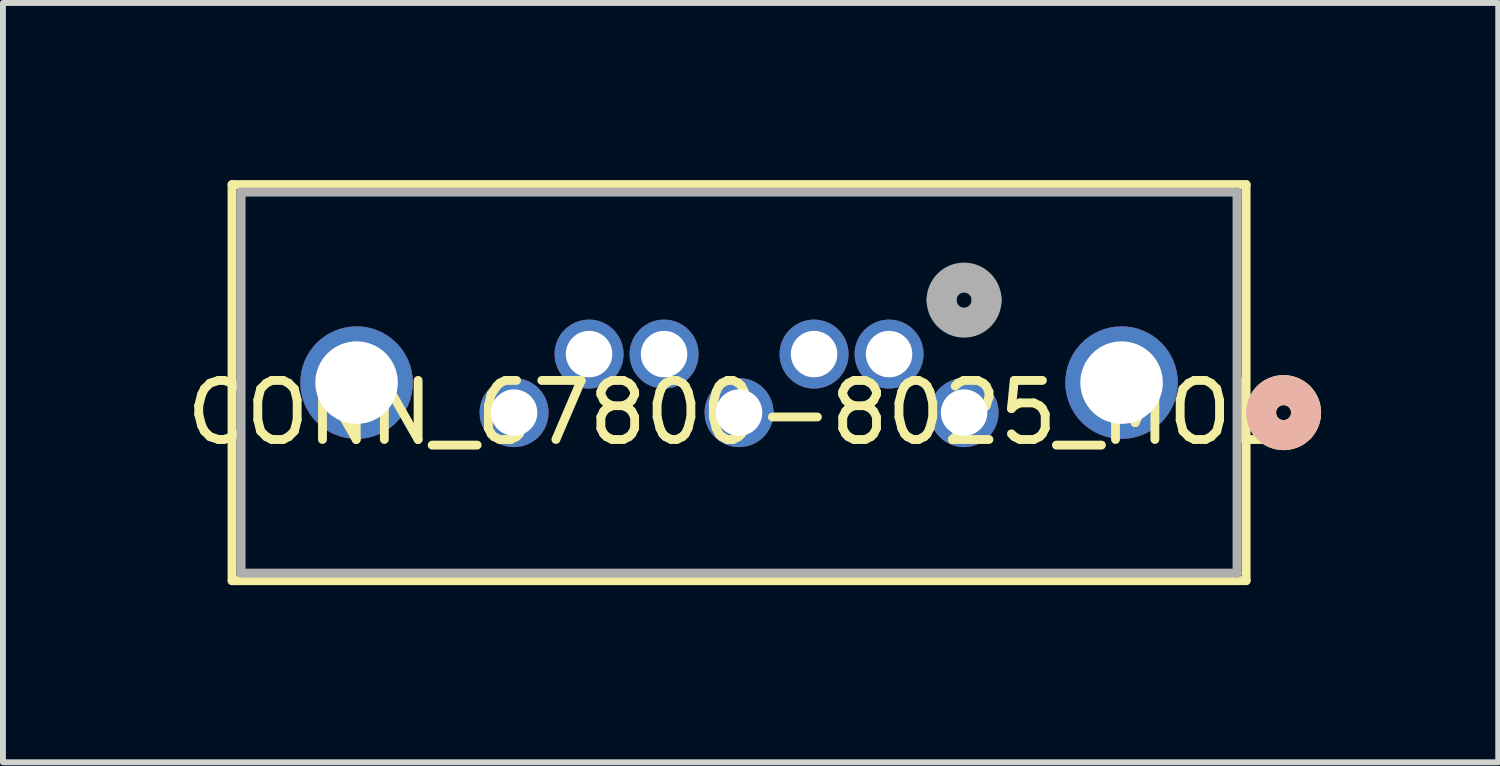
<source format=kicad_pcb>
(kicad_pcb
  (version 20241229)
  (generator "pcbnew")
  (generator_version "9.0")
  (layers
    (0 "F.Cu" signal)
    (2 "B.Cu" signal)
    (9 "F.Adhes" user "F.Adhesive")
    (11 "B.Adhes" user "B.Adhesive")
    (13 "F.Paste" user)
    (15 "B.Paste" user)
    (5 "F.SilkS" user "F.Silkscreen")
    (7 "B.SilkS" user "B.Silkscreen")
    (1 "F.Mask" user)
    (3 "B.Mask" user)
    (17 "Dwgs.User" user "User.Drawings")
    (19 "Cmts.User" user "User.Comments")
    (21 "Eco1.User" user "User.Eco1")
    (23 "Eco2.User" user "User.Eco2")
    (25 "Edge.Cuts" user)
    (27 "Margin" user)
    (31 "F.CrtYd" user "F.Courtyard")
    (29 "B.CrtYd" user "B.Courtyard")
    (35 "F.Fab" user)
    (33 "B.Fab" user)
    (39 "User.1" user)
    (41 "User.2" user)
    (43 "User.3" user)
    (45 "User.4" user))
  (footprint "CONN_67800-8025_MOL"
    (layer "F.Cu")
    (at 13.275 3.937)
    (property "Reference" "CONN_67800-8025_MOL" (at -3.912 0 0) (layer "F.SilkS") (effects (font (size 1 1) (thickness 0.15))))
    (attr through_hole)
    (fp_line (start -12.395 -3.861) (end -12.395 2.845) (stroke (width 0.152) (type solid)) (layer "F.SilkS"))
    (fp_line (start -12.395 2.845) (end 4.775 2.845) (stroke (width 0.152) (type solid)) (layer "F.SilkS"))
    (fp_line (start 4.775 -3.861) (end -12.395 -3.861) (stroke (width 0.152) (type solid)) (layer "F.SilkS"))
    (fp_line (start 4.775 2.845) (end 4.775 -3.861) (stroke (width 0.152) (type solid)) (layer "F.SilkS"))
    (fp_arc (start 5.0292 0) (mid 5.4102 -0.381) (end 5.7912 0) (stroke (width 0.508) (type solid)) (layer "F.SilkS"))
    (fp_arc (start 5.7912 0) (mid 5.4102 0.381) (end 5.0292 0) (stroke (width 0.508) (type solid)) (layer "F.SilkS"))
    (fp_arc (start 5.0292 0) (mid 5.4102 -0.381) (end 5.7912 0) (stroke (width 0.508) (type solid)) (layer "B.SilkS"))
    (fp_arc (start 5.7912 0) (mid 5.4102 0.381) (end 5.0292 0) (stroke (width 0.508) (type solid)) (layer "B.SilkS"))
    (fp_line (start -12.243 -3.734) (end -12.243 2.718) (stroke (width 0.152) (type solid)) (layer "F.Fab"))
    (fp_line (start -12.243 2.718) (end 4.623 2.718) (stroke (width 0.152) (type solid)) (layer "F.Fab"))
    (fp_line (start 4.623 -3.734) (end -12.243 -3.734) (stroke (width 0.152) (type solid)) (layer "F.Fab"))
    (fp_line (start 4.623 2.718) (end 4.623 -3.734) (stroke (width 0.152) (type solid)) (layer "F.Fab"))
    (fp_arc (start -0.381 -1.905) (mid 0 -2.286) (end 0.381 -1.905) (stroke (width 0.508) (type solid)) (layer "F.Fab"))
    (fp_arc (start 0.381 -1.905) (mid 0 -1.524) (end -0.381 -1.905) (stroke (width 0.508) (type solid)) (layer "F.Fab"))
    (pad "1" thru_hole circle (at 0 0) (size 1.168 1.168) (drill 0.787) (layers "*.Cu" "*.Mask"))
    (pad "2" thru_hole circle (at -1.27 -0.991) (size 1.168 1.168) (drill 0.787) (layers "*.Cu" "*.Mask"))
    (pad "3" thru_hole circle (at -2.54 -0.991) (size 1.168 1.168) (drill 0.787) (layers "*.Cu" "*.Mask"))
    (pad "4" thru_hole circle (at -3.81 0) (size 1.168 1.168) (drill 0.787) (layers "*.Cu" "*.Mask"))
    (pad "5" thru_hole circle (at -5.08 -0.991) (size 1.168 1.168) (drill 0.787) (layers "*.Cu" "*.Mask"))
    (pad "6" thru_hole circle (at -6.35 -0.991) (size 1.168 1.168) (drill 0.787) (layers "*.Cu" "*.Mask"))
    (pad "7" thru_hole circle (at -7.62 0) (size 1.168 1.168) (drill 0.787) (layers "*.Cu" "*.Mask"))
    (pad "8" thru_hole circle (at -10.287 -0.508) (size 1.905 1.905) (drill 1.397) (layers "*.Cu" "*.Mask"))
    (pad "9" thru_hole circle (at 2.667 -0.508) (size 1.905 1.905) (drill 1.397) (layers "*.Cu" "*.Mask")))
  (gr_rect
    (start -3 -3)
    (end 22.32 9.858)
    (stroke (width 0.1) (type default))
    (fill no)
    (layer "Edge.Cuts")))
</source>
